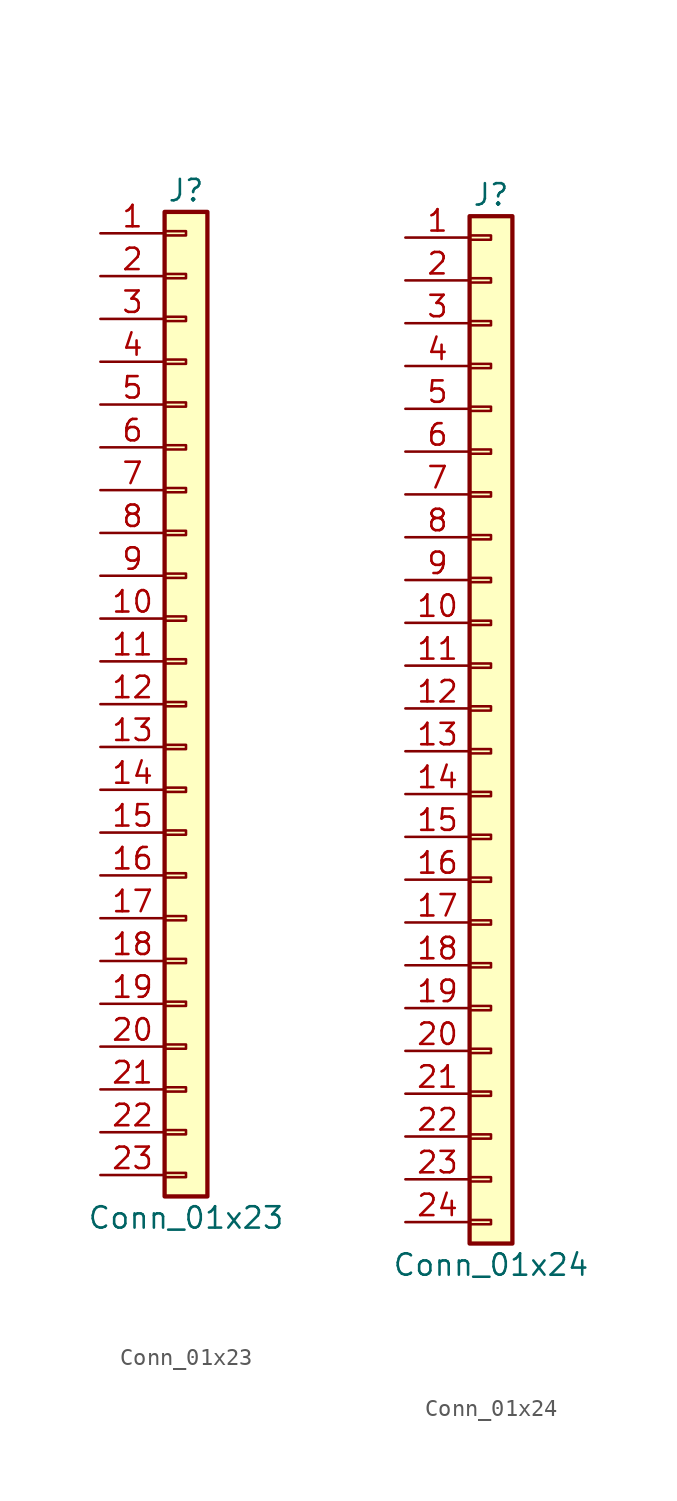
<source format=kicad_sym>
(kicad_symbol_lib
  (version 20220914)
  (generator kicad_symbol_editor)
  (symbol "Conn_01x23"
    (pin_names
      (offset 1.016) hide)
    (property "Reference" "J"
      (at 0 30.48 0)
      (effects (font (size 1.27 1.27))))
    (property "Value" "Conn_01x23"
      (at 0 -30.48 0)
      (effects (font (size 1.27 1.27))))
    (symbol "Conn_01x23_1_1"
      (rectangle (start -1.27 -27.813) (end 0 -28.067) (stroke (width 0.152) (type solid)) (fill (type none)))
      (rectangle (start -1.27 -25.273) (end 0 -25.527) (stroke (width 0.152) (type solid)) (fill (type none)))
      (rectangle (start -1.27 -22.733) (end 0 -22.987) (stroke (width 0.152) (type solid)) (fill (type none)))
      (rectangle (start -1.27 -20.193) (end 0 -20.447) (stroke (width 0.152) (type solid)) (fill (type none)))
      (rectangle (start -1.27 -17.653) (end 0 -17.907) (stroke (width 0.152) (type solid)) (fill (type none)))
      (rectangle (start -1.27 -15.113) (end 0 -15.367) (stroke (width 0.152) (type solid)) (fill (type none)))
      (rectangle (start -1.27 -12.573) (end 0 -12.827) (stroke (width 0.152) (type solid)) (fill (type none)))
      (rectangle (start -1.27 -10.033) (end 0 -10.287) (stroke (width 0.152) (type solid)) (fill (type none)))
      (rectangle (start -1.27 -7.493) (end 0 -7.747) (stroke (width 0.152) (type solid)) (fill (type none)))
      (rectangle (start -1.27 -4.953) (end 0 -5.207) (stroke (width 0.152) (type solid)) (fill (type none)))
      (rectangle (start -1.27 -2.413) (end 0 -2.667) (stroke (width 0.152) (type solid)) (fill (type none)))
      (rectangle (start -1.27 0.127) (end 0 -0.127) (stroke (width 0.152) (type solid)) (fill (type none)))
      (rectangle (start -1.27 2.667) (end 0 2.413) (stroke (width 0.152) (type solid)) (fill (type none)))
      (rectangle (start -1.27 5.207) (end 0 4.953) (stroke (width 0.152) (type solid)) (fill (type none)))
      (rectangle (start -1.27 7.747) (end 0 7.493) (stroke (width 0.152) (type solid)) (fill (type none)))
      (rectangle (start -1.27 10.287) (end 0 10.033) (stroke (width 0.152) (type solid)) (fill (type none)))
      (rectangle (start -1.27 12.827) (end 0 12.573) (stroke (width 0.152) (type solid)) (fill (type none)))
      (rectangle (start -1.27 15.367) (end 0 15.113) (stroke (width 0.152) (type solid)) (fill (type none)))
      (rectangle (start -1.27 17.907) (end 0 17.653) (stroke (width 0.152) (type solid)) (fill (type none)))
      (rectangle (start -1.27 20.447) (end 0 20.193) (stroke (width 0.152) (type solid)) (fill (type none)))
      (rectangle (start -1.27 22.987) (end 0 22.733) (stroke (width 0.152) (type solid)) (fill (type none)))
      (rectangle (start -1.27 25.527) (end 0 25.273) (stroke (width 0.152) (type solid)) (fill (type none)))
      (rectangle (start -1.27 28.067) (end 0 27.813) (stroke (width 0.152) (type solid)) (fill (type none)))
      (rectangle (start -1.27 29.21) (end 1.27 -29.21) (stroke (width 0.254) (type solid)) (fill (type background)))
      (pin passive line (at -5.08 27.94 0) (length 3.81) (name "Pin_1" (effects (font (size 1.27 1.27)))) (number "1" (effects (font (size 1.27 1.27)))))
      (pin passive line (at -5.08 5.08 0) (length 3.81) (name "Pin_10" (effects (font (size 1.27 1.27)))) (number "10" (effects (font (size 1.27 1.27)))))
      (pin passive line (at -5.08 2.54 0) (length 3.81) (name "Pin_11" (effects (font (size 1.27 1.27)))) (number "11" (effects (font (size 1.27 1.27)))))
      (pin passive line (at -5.08 0 0) (length 3.81) (name "Pin_12" (effects (font (size 1.27 1.27)))) (number "12" (effects (font (size 1.27 1.27)))))
      (pin passive line (at -5.08 -2.54 0) (length 3.81) (name "Pin_13" (effects (font (size 1.27 1.27)))) (number "13" (effects (font (size 1.27 1.27)))))
      (pin passive line (at -5.08 -5.08 0) (length 3.81) (name "Pin_14" (effects (font (size 1.27 1.27)))) (number "14" (effects (font (size 1.27 1.27)))))
      (pin passive line (at -5.08 -7.62 0) (length 3.81) (name "Pin_15" (effects (font (size 1.27 1.27)))) (number "15" (effects (font (size 1.27 1.27)))))
      (pin passive line (at -5.08 -10.16 0) (length 3.81) (name "Pin_16" (effects (font (size 1.27 1.27)))) (number "16" (effects (font (size 1.27 1.27)))))
      (pin passive line (at -5.08 -12.7 0) (length 3.81) (name "Pin_17" (effects (font (size 1.27 1.27)))) (number "17" (effects (font (size 1.27 1.27)))))
      (pin passive line (at -5.08 -15.24 0) (length 3.81) (name "Pin_18" (effects (font (size 1.27 1.27)))) (number "18" (effects (font (size 1.27 1.27)))))
      (pin passive line (at -5.08 -17.78 0) (length 3.81) (name "Pin_19" (effects (font (size 1.27 1.27)))) (number "19" (effects (font (size 1.27 1.27)))))
      (pin passive line (at -5.08 25.4 0) (length 3.81) (name "Pin_2" (effects (font (size 1.27 1.27)))) (number "2" (effects (font (size 1.27 1.27)))))
      (pin passive line (at -5.08 -20.32 0) (length 3.81) (name "Pin_20" (effects (font (size 1.27 1.27)))) (number "20" (effects (font (size 1.27 1.27)))))
      (pin passive line (at -5.08 -22.86 0) (length 3.81) (name "Pin_21" (effects (font (size 1.27 1.27)))) (number "21" (effects (font (size 1.27 1.27)))))
      (pin passive line (at -5.08 -25.4 0) (length 3.81) (name "Pin_22" (effects (font (size 1.27 1.27)))) (number "22" (effects (font (size 1.27 1.27)))))
      (pin passive line (at -5.08 -27.94 0) (length 3.81) (name "Pin_23" (effects (font (size 1.27 1.27)))) (number "23" (effects (font (size 1.27 1.27)))))
      (pin passive line (at -5.08 22.86 0) (length 3.81) (name "Pin_3" (effects (font (size 1.27 1.27)))) (number "3" (effects (font (size 1.27 1.27)))))
      (pin passive line (at -5.08 20.32 0) (length 3.81) (name "Pin_4" (effects (font (size 1.27 1.27)))) (number "4" (effects (font (size 1.27 1.27)))))
      (pin passive line (at -5.08 17.78 0) (length 3.81) (name "Pin_5" (effects (font (size 1.27 1.27)))) (number "5" (effects (font (size 1.27 1.27)))))
      (pin passive line (at -5.08 15.24 0) (length 3.81) (name "Pin_6" (effects (font (size 1.27 1.27)))) (number "6" (effects (font (size 1.27 1.27)))))
      (pin passive line (at -5.08 12.7 0) (length 3.81) (name "Pin_7" (effects (font (size 1.27 1.27)))) (number "7" (effects (font (size 1.27 1.27)))))
      (pin passive line (at -5.08 10.16 0) (length 3.81) (name "Pin_8" (effects (font (size 1.27 1.27)))) (number "8" (effects (font (size 1.27 1.27)))))
      (pin passive line (at -5.08 7.62 0) (length 3.81) (name "Pin_9" (effects (font (size 1.27 1.27)))) (number "9" (effects (font (size 1.27 1.27)))))))
  (symbol "Conn_01x24"
    (pin_names
      (offset 1.016) hide)
    (property "Reference" "J"
      (at 0 30.48 0)
      (effects (font (size 1.27 1.27))))
    (property "Value" "Conn_01x24"
      (at 0 -33.02 0)
      (effects (font (size 1.27 1.27))))
    (symbol "Conn_01x24_1_1"
      (rectangle (start -1.27 -30.353) (end 0 -30.607) (stroke (width 0.152) (type solid)) (fill (type none)))
      (rectangle (start -1.27 -27.813) (end 0 -28.067) (stroke (width 0.152) (type solid)) (fill (type none)))
      (rectangle (start -1.27 -25.273) (end 0 -25.527) (stroke (width 0.152) (type solid)) (fill (type none)))
      (rectangle (start -1.27 -22.733) (end 0 -22.987) (stroke (width 0.152) (type solid)) (fill (type none)))
      (rectangle (start -1.27 -20.193) (end 0 -20.447) (stroke (width 0.152) (type solid)) (fill (type none)))
      (rectangle (start -1.27 -17.653) (end 0 -17.907) (stroke (width 0.152) (type solid)) (fill (type none)))
      (rectangle (start -1.27 -15.113) (end 0 -15.367) (stroke (width 0.152) (type solid)) (fill (type none)))
      (rectangle (start -1.27 -12.573) (end 0 -12.827) (stroke (width 0.152) (type solid)) (fill (type none)))
      (rectangle (start -1.27 -10.033) (end 0 -10.287) (stroke (width 0.152) (type solid)) (fill (type none)))
      (rectangle (start -1.27 -7.493) (end 0 -7.747) (stroke (width 0.152) (type solid)) (fill (type none)))
      (rectangle (start -1.27 -4.953) (end 0 -5.207) (stroke (width 0.152) (type solid)) (fill (type none)))
      (rectangle (start -1.27 -2.413) (end 0 -2.667) (stroke (width 0.152) (type solid)) (fill (type none)))
      (rectangle (start -1.27 0.127) (end 0 -0.127) (stroke (width 0.152) (type solid)) (fill (type none)))
      (rectangle (start -1.27 2.667) (end 0 2.413) (stroke (width 0.152) (type solid)) (fill (type none)))
      (rectangle (start -1.27 5.207) (end 0 4.953) (stroke (width 0.152) (type solid)) (fill (type none)))
      (rectangle (start -1.27 7.747) (end 0 7.493) (stroke (width 0.152) (type solid)) (fill (type none)))
      (rectangle (start -1.27 10.287) (end 0 10.033) (stroke (width 0.152) (type solid)) (fill (type none)))
      (rectangle (start -1.27 12.827) (end 0 12.573) (stroke (width 0.152) (type solid)) (fill (type none)))
      (rectangle (start -1.27 15.367) (end 0 15.113) (stroke (width 0.152) (type solid)) (fill (type none)))
      (rectangle (start -1.27 17.907) (end 0 17.653) (stroke (width 0.152) (type solid)) (fill (type none)))
      (rectangle (start -1.27 20.447) (end 0 20.193) (stroke (width 0.152) (type solid)) (fill (type none)))
      (rectangle (start -1.27 22.987) (end 0 22.733) (stroke (width 0.152) (type solid)) (fill (type none)))
      (rectangle (start -1.27 25.527) (end 0 25.273) (stroke (width 0.152) (type solid)) (fill (type none)))
      (rectangle (start -1.27 28.067) (end 0 27.813) (stroke (width 0.152) (type solid)) (fill (type none)))
      (rectangle (start -1.27 29.21) (end 1.27 -31.75) (stroke (width 0.254) (type solid)) (fill (type background)))
      (pin passive line (at -5.08 27.94 0) (length 3.81) (name "Pin_1" (effects (font (size 1.27 1.27)))) (number "1" (effects (font (size 1.27 1.27)))))
      (pin passive line (at -5.08 5.08 0) (length 3.81) (name "Pin_10" (effects (font (size 1.27 1.27)))) (number "10" (effects (font (size 1.27 1.27)))))
      (pin passive line (at -5.08 2.54 0) (length 3.81) (name "Pin_11" (effects (font (size 1.27 1.27)))) (number "11" (effects (font (size 1.27 1.27)))))
      (pin passive line (at -5.08 0 0) (length 3.81) (name "Pin_12" (effects (font (size 1.27 1.27)))) (number "12" (effects (font (size 1.27 1.27)))))
      (pin passive line (at -5.08 -2.54 0) (length 3.81) (name "Pin_13" (effects (font (size 1.27 1.27)))) (number "13" (effects (font (size 1.27 1.27)))))
      (pin passive line (at -5.08 -5.08 0) (length 3.81) (name "Pin_14" (effects (font (size 1.27 1.27)))) (number "14" (effects (font (size 1.27 1.27)))))
      (pin passive line (at -5.08 -7.62 0) (length 3.81) (name "Pin_15" (effects (font (size 1.27 1.27)))) (number "15" (effects (font (size 1.27 1.27)))))
      (pin passive line (at -5.08 -10.16 0) (length 3.81) (name "Pin_16" (effects (font (size 1.27 1.27)))) (number "16" (effects (font (size 1.27 1.27)))))
      (pin passive line (at -5.08 -12.7 0) (length 3.81) (name "Pin_17" (effects (font (size 1.27 1.27)))) (number "17" (effects (font (size 1.27 1.27)))))
      (pin passive line (at -5.08 -15.24 0) (length 3.81) (name "Pin_18" (effects (font (size 1.27 1.27)))) (number "18" (effects (font (size 1.27 1.27)))))
      (pin passive line (at -5.08 -17.78 0) (length 3.81) (name "Pin_19" (effects (font (size 1.27 1.27)))) (number "19" (effects (font (size 1.27 1.27)))))
      (pin passive line (at -5.08 25.4 0) (length 3.81) (name "Pin_2" (effects (font (size 1.27 1.27)))) (number "2" (effects (font (size 1.27 1.27)))))
      (pin passive line (at -5.08 -20.32 0) (length 3.81) (name "Pin_20" (effects (font (size 1.27 1.27)))) (number "20" (effects (font (size 1.27 1.27)))))
      (pin passive line (at -5.08 -22.86 0) (length 3.81) (name "Pin_21" (effects (font (size 1.27 1.27)))) (number "21" (effects (font (size 1.27 1.27)))))
      (pin passive line (at -5.08 -25.4 0) (length 3.81) (name "Pin_22" (effects (font (size 1.27 1.27)))) (number "22" (effects (font (size 1.27 1.27)))))
      (pin passive line (at -5.08 -27.94 0) (length 3.81) (name "Pin_23" (effects (font (size 1.27 1.27)))) (number "23" (effects (font (size 1.27 1.27)))))
      (pin passive line (at -5.08 -30.48 0) (length 3.81) (name "Pin_24" (effects (font (size 1.27 1.27)))) (number "24" (effects (font (size 1.27 1.27)))))
      (pin passive line (at -5.08 22.86 0) (length 3.81) (name "Pin_3" (effects (font (size 1.27 1.27)))) (number "3" (effects (font (size 1.27 1.27)))))
      (pin passive line (at -5.08 20.32 0) (length 3.81) (name "Pin_4" (effects (font (size 1.27 1.27)))) (number "4" (effects (font (size 1.27 1.27)))))
      (pin passive line (at -5.08 17.78 0) (length 3.81) (name "Pin_5" (effects (font (size 1.27 1.27)))) (number "5" (effects (font (size 1.27 1.27)))))
      (pin passive line (at -5.08 15.24 0) (length 3.81) (name "Pin_6" (effects (font (size 1.27 1.27)))) (number "6" (effects (font (size 1.27 1.27)))))
      (pin passive line (at -5.08 12.7 0) (length 3.81) (name "Pin_7" (effects (font (size 1.27 1.27)))) (number "7" (effects (font (size 1.27 1.27)))))
      (pin passive line (at -5.08 10.16 0) (length 3.81) (name "Pin_8" (effects (font (size 1.27 1.27)))) (number "8" (effects (font (size 1.27 1.27)))))
      (pin passive line (at -5.08 7.62 0) (length 3.81) (name "Pin_9" (effects (font (size 1.27 1.27)))) (number "9" (effects (font (size 1.27 1.27))))))))
</source>
